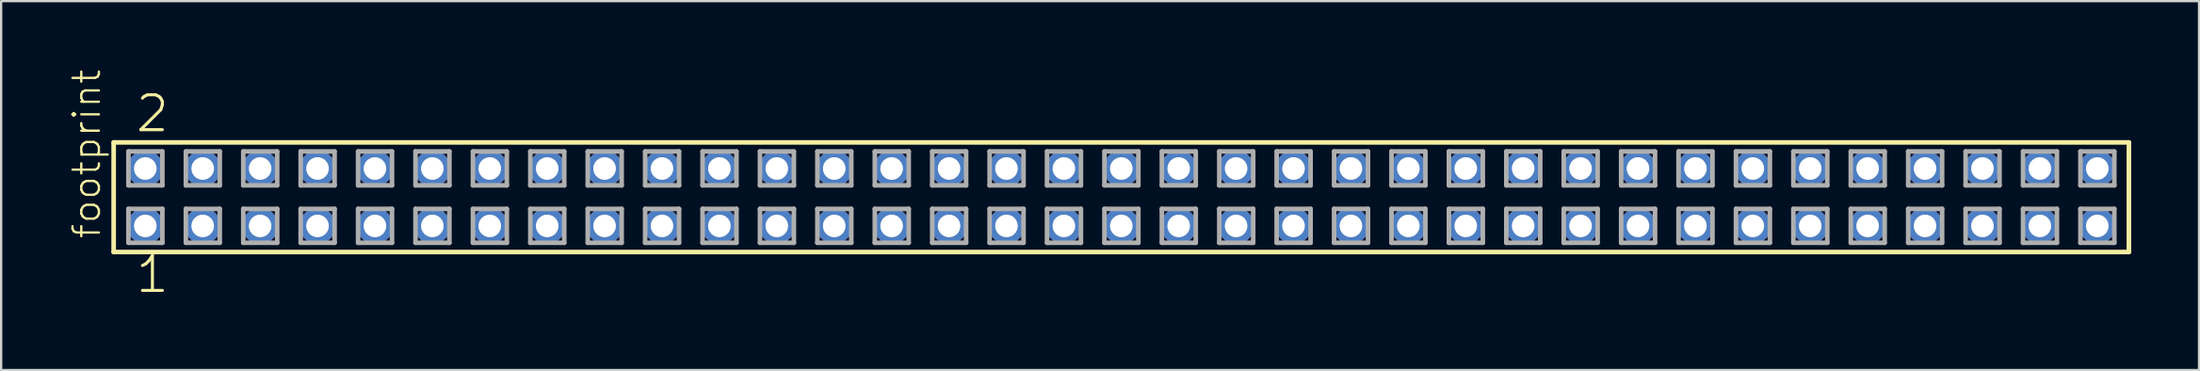
<source format=kicad_pcb>
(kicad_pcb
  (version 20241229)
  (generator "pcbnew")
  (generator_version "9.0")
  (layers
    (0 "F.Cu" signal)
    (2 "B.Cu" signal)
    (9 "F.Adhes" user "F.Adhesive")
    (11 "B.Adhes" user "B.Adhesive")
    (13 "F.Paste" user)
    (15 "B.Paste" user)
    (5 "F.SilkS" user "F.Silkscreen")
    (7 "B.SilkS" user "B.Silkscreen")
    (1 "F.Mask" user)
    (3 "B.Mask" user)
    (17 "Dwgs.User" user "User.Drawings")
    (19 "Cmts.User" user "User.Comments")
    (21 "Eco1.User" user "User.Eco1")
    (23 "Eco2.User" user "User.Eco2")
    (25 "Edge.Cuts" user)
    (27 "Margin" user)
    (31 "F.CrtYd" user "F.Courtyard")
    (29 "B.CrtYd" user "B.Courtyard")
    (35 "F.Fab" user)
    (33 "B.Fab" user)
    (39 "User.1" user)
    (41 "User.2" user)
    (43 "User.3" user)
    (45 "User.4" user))
  (footprint "footprint"
    (layer "F.Cu")
    (at 46.558 5.677)
    (property "Reference" "footprint" (at -45.085 1.905 90) (layer "F.SilkS") (effects (font (size 1.168 1.168) (thickness 0.102)) (justify left bottom)))
    (fp_line (start -44.579 -2.425) (end 44.579 -2.425) (stroke (width 0.203) (type solid)) (layer "F.SilkS"))
    (fp_line (start -44.579 2.425) (end -44.579 -2.425) (stroke (width 0.203) (type solid)) (layer "F.SilkS"))
    (fp_line (start 44.579 -2.425) (end 44.579 2.425) (stroke (width 0.203) (type solid)) (layer "F.SilkS"))
    (fp_line (start 44.579 2.425) (end -44.579 2.425) (stroke (width 0.203) (type solid)) (layer "F.SilkS"))
    (fp_line (start -43.925 -2.025) (end -42.425 -2.025) (stroke (width 0.203) (type solid)) (layer "F.Fab"))
    (fp_line (start -43.925 -0.525) (end -43.925 -2.025) (stroke (width 0.203) (type solid)) (layer "F.Fab"))
    (fp_line (start -43.925 0.515) (end -42.425 0.515) (stroke (width 0.203) (type solid)) (layer "F.Fab"))
    (fp_line (start -43.925 2.015) (end -43.925 0.515) (stroke (width 0.203) (type solid)) (layer "F.Fab"))
    (fp_line (start -42.425 -2.025) (end -42.425 -0.525) (stroke (width 0.203) (type solid)) (layer "F.Fab"))
    (fp_line (start -42.425 -0.525) (end -43.925 -0.525) (stroke (width 0.203) (type solid)) (layer "F.Fab"))
    (fp_line (start -42.425 0.515) (end -42.425 2.015) (stroke (width 0.203) (type solid)) (layer "F.Fab"))
    (fp_line (start -42.425 2.015) (end -43.925 2.015) (stroke (width 0.203) (type solid)) (layer "F.Fab"))
    (fp_line (start -41.385 -2.025) (end -39.885 -2.025) (stroke (width 0.203) (type solid)) (layer "F.Fab"))
    (fp_line (start -41.385 -0.525) (end -41.385 -2.025) (stroke (width 0.203) (type solid)) (layer "F.Fab"))
    (fp_line (start -41.385 0.515) (end -39.885 0.515) (stroke (width 0.203) (type solid)) (layer "F.Fab"))
    (fp_line (start -41.385 2.015) (end -41.385 0.515) (stroke (width 0.203) (type solid)) (layer "F.Fab"))
    (fp_line (start -39.885 -2.025) (end -39.885 -0.525) (stroke (width 0.203) (type solid)) (layer "F.Fab"))
    (fp_line (start -39.885 -0.525) (end -41.385 -0.525) (stroke (width 0.203) (type solid)) (layer "F.Fab"))
    (fp_line (start -39.885 0.515) (end -39.885 2.015) (stroke (width 0.203) (type solid)) (layer "F.Fab"))
    (fp_line (start -39.885 2.015) (end -41.385 2.015) (stroke (width 0.203) (type solid)) (layer "F.Fab"))
    (fp_line (start -38.845 -2.025) (end -37.345 -2.025) (stroke (width 0.203) (type solid)) (layer "F.Fab"))
    (fp_line (start -38.845 -0.525) (end -38.845 -2.025) (stroke (width 0.203) (type solid)) (layer "F.Fab"))
    (fp_line (start -38.845 0.515) (end -37.345 0.515) (stroke (width 0.203) (type solid)) (layer "F.Fab"))
    (fp_line (start -38.845 2.015) (end -38.845 0.515) (stroke (width 0.203) (type solid)) (layer "F.Fab"))
    (fp_line (start -37.345 -2.025) (end -37.345 -0.525) (stroke (width 0.203) (type solid)) (layer "F.Fab"))
    (fp_line (start -37.345 -0.525) (end -38.845 -0.525) (stroke (width 0.203) (type solid)) (layer "F.Fab"))
    (fp_line (start -37.345 0.515) (end -37.345 2.015) (stroke (width 0.203) (type solid)) (layer "F.Fab"))
    (fp_line (start -37.345 2.015) (end -38.845 2.015) (stroke (width 0.203) (type solid)) (layer "F.Fab"))
    (fp_line (start -36.305 -2.025) (end -34.805 -2.025) (stroke (width 0.203) (type solid)) (layer "F.Fab"))
    (fp_line (start -36.305 -0.525) (end -36.305 -2.025) (stroke (width 0.203) (type solid)) (layer "F.Fab"))
    (fp_line (start -36.305 0.515) (end -34.805 0.515) (stroke (width 0.203) (type solid)) (layer "F.Fab"))
    (fp_line (start -36.305 2.015) (end -36.305 0.515) (stroke (width 0.203) (type solid)) (layer "F.Fab"))
    (fp_line (start -34.805 -2.025) (end -34.805 -0.525) (stroke (width 0.203) (type solid)) (layer "F.Fab"))
    (fp_line (start -34.805 -0.525) (end -36.305 -0.525) (stroke (width 0.203) (type solid)) (layer "F.Fab"))
    (fp_line (start -34.805 0.515) (end -34.805 2.015) (stroke (width 0.203) (type solid)) (layer "F.Fab"))
    (fp_line (start -34.805 2.015) (end -36.305 2.015) (stroke (width 0.203) (type solid)) (layer "F.Fab"))
    (fp_line (start -33.765 -2.025) (end -32.265 -2.025) (stroke (width 0.203) (type solid)) (layer "F.Fab"))
    (fp_line (start -33.765 -0.525) (end -33.765 -2.025) (stroke (width 0.203) (type solid)) (layer "F.Fab"))
    (fp_line (start -33.765 0.515) (end -32.265 0.515) (stroke (width 0.203) (type solid)) (layer "F.Fab"))
    (fp_line (start -33.765 2.015) (end -33.765 0.515) (stroke (width 0.203) (type solid)) (layer "F.Fab"))
    (fp_line (start -32.265 -2.025) (end -32.265 -0.525) (stroke (width 0.203) (type solid)) (layer "F.Fab"))
    (fp_line (start -32.265 -0.525) (end -33.765 -0.525) (stroke (width 0.203) (type solid)) (layer "F.Fab"))
    (fp_line (start -32.265 0.515) (end -32.265 2.015) (stroke (width 0.203) (type solid)) (layer "F.Fab"))
    (fp_line (start -32.265 2.015) (end -33.765 2.015) (stroke (width 0.203) (type solid)) (layer "F.Fab"))
    (fp_line (start -31.225 -2.025) (end -29.725 -2.025) (stroke (width 0.203) (type solid)) (layer "F.Fab"))
    (fp_line (start -31.225 -0.525) (end -31.225 -2.025) (stroke (width 0.203) (type solid)) (layer "F.Fab"))
    (fp_line (start -31.225 0.515) (end -29.725 0.515) (stroke (width 0.203) (type solid)) (layer "F.Fab"))
    (fp_line (start -31.225 2.015) (end -31.225 0.515) (stroke (width 0.203) (type solid)) (layer "F.Fab"))
    (fp_line (start -29.725 -2.025) (end -29.725 -0.525) (stroke (width 0.203) (type solid)) (layer "F.Fab"))
    (fp_line (start -29.725 -0.525) (end -31.225 -0.525) (stroke (width 0.203) (type solid)) (layer "F.Fab"))
    (fp_line (start -29.725 0.515) (end -29.725 2.015) (stroke (width 0.203) (type solid)) (layer "F.Fab"))
    (fp_line (start -29.725 2.015) (end -31.225 2.015) (stroke (width 0.203) (type solid)) (layer "F.Fab"))
    (fp_line (start -28.685 -2.025) (end -27.185 -2.025) (stroke (width 0.203) (type solid)) (layer "F.Fab"))
    (fp_line (start -28.685 -0.525) (end -28.685 -2.025) (stroke (width 0.203) (type solid)) (layer "F.Fab"))
    (fp_line (start -28.685 0.515) (end -27.185 0.515) (stroke (width 0.203) (type solid)) (layer "F.Fab"))
    (fp_line (start -28.685 2.015) (end -28.685 0.515) (stroke (width 0.203) (type solid)) (layer "F.Fab"))
    (fp_line (start -27.185 -2.025) (end -27.185 -0.525) (stroke (width 0.203) (type solid)) (layer "F.Fab"))
    (fp_line (start -27.185 -0.525) (end -28.685 -0.525) (stroke (width 0.203) (type solid)) (layer "F.Fab"))
    (fp_line (start -27.185 0.515) (end -27.185 2.015) (stroke (width 0.203) (type solid)) (layer "F.Fab"))
    (fp_line (start -27.185 2.015) (end -28.685 2.015) (stroke (width 0.203) (type solid)) (layer "F.Fab"))
    (fp_line (start -26.145 -2.025) (end -24.645 -2.025) (stroke (width 0.203) (type solid)) (layer "F.Fab"))
    (fp_line (start -26.145 -0.525) (end -26.145 -2.025) (stroke (width 0.203) (type solid)) (layer "F.Fab"))
    (fp_line (start -26.145 0.515) (end -24.645 0.515) (stroke (width 0.203) (type solid)) (layer "F.Fab"))
    (fp_line (start -26.145 2.015) (end -26.145 0.515) (stroke (width 0.203) (type solid)) (layer "F.Fab"))
    (fp_line (start -24.645 -2.025) (end -24.645 -0.525) (stroke (width 0.203) (type solid)) (layer "F.Fab"))
    (fp_line (start -24.645 -0.525) (end -26.145 -0.525) (stroke (width 0.203) (type solid)) (layer "F.Fab"))
    (fp_line (start -24.645 0.515) (end -24.645 2.015) (stroke (width 0.203) (type solid)) (layer "F.Fab"))
    (fp_line (start -24.645 2.015) (end -26.145 2.015) (stroke (width 0.203) (type solid)) (layer "F.Fab"))
    (fp_line (start -23.605 -2.025) (end -22.105 -2.025) (stroke (width 0.203) (type solid)) (layer "F.Fab"))
    (fp_line (start -23.605 -0.525) (end -23.605 -2.025) (stroke (width 0.203) (type solid)) (layer "F.Fab"))
    (fp_line (start -23.605 0.515) (end -22.105 0.515) (stroke (width 0.203) (type solid)) (layer "F.Fab"))
    (fp_line (start -23.605 2.015) (end -23.605 0.515) (stroke (width 0.203) (type solid)) (layer "F.Fab"))
    (fp_line (start -22.105 -2.025) (end -22.105 -0.525) (stroke (width 0.203) (type solid)) (layer "F.Fab"))
    (fp_line (start -22.105 -0.525) (end -23.605 -0.525) (stroke (width 0.203) (type solid)) (layer "F.Fab"))
    (fp_line (start -22.105 0.515) (end -22.105 2.015) (stroke (width 0.203) (type solid)) (layer "F.Fab"))
    (fp_line (start -22.105 2.015) (end -23.605 2.015) (stroke (width 0.203) (type solid)) (layer "F.Fab"))
    (fp_line (start -21.065 -2.025) (end -19.565 -2.025) (stroke (width 0.203) (type solid)) (layer "F.Fab"))
    (fp_line (start -21.065 -0.525) (end -21.065 -2.025) (stroke (width 0.203) (type solid)) (layer "F.Fab"))
    (fp_line (start -21.065 0.515) (end -19.565 0.515) (stroke (width 0.203) (type solid)) (layer "F.Fab"))
    (fp_line (start -21.065 2.015) (end -21.065 0.515) (stroke (width 0.203) (type solid)) (layer "F.Fab"))
    (fp_line (start -19.565 -2.025) (end -19.565 -0.525) (stroke (width 0.203) (type solid)) (layer "F.Fab"))
    (fp_line (start -19.565 -0.525) (end -21.065 -0.525) (stroke (width 0.203) (type solid)) (layer "F.Fab"))
    (fp_line (start -19.565 0.515) (end -19.565 2.015) (stroke (width 0.203) (type solid)) (layer "F.Fab"))
    (fp_line (start -19.565 2.015) (end -21.065 2.015) (stroke (width 0.203) (type solid)) (layer "F.Fab"))
    (fp_line (start -18.525 -2.025) (end -17.025 -2.025) (stroke (width 0.203) (type solid)) (layer "F.Fab"))
    (fp_line (start -18.525 -0.525) (end -18.525 -2.025) (stroke (width 0.203) (type solid)) (layer "F.Fab"))
    (fp_line (start -18.525 0.515) (end -17.025 0.515) (stroke (width 0.203) (type solid)) (layer "F.Fab"))
    (fp_line (start -18.525 2.015) (end -18.525 0.515) (stroke (width 0.203) (type solid)) (layer "F.Fab"))
    (fp_line (start -17.025 -2.025) (end -17.025 -0.525) (stroke (width 0.203) (type solid)) (layer "F.Fab"))
    (fp_line (start -17.025 -0.525) (end -18.525 -0.525) (stroke (width 0.203) (type solid)) (layer "F.Fab"))
    (fp_line (start -17.025 0.515) (end -17.025 2.015) (stroke (width 0.203) (type solid)) (layer "F.Fab"))
    (fp_line (start -17.025 2.015) (end -18.525 2.015) (stroke (width 0.203) (type solid)) (layer "F.Fab"))
    (fp_line (start -15.985 -2.025) (end -14.485 -2.025) (stroke (width 0.203) (type solid)) (layer "F.Fab"))
    (fp_line (start -15.985 -0.525) (end -15.985 -2.025) (stroke (width 0.203) (type solid)) (layer "F.Fab"))
    (fp_line (start -15.985 0.515) (end -14.485 0.515) (stroke (width 0.203) (type solid)) (layer "F.Fab"))
    (fp_line (start -15.985 2.015) (end -15.985 0.515) (stroke (width 0.203) (type solid)) (layer "F.Fab"))
    (fp_line (start -14.485 -2.025) (end -14.485 -0.525) (stroke (width 0.203) (type solid)) (layer "F.Fab"))
    (fp_line (start -14.485 -0.525) (end -15.985 -0.525) (stroke (width 0.203) (type solid)) (layer "F.Fab"))
    (fp_line (start -14.485 0.515) (end -14.485 2.015) (stroke (width 0.203) (type solid)) (layer "F.Fab"))
    (fp_line (start -14.485 2.015) (end -15.985 2.015) (stroke (width 0.203) (type solid)) (layer "F.Fab"))
    (fp_line (start -13.445 -2.025) (end -11.945 -2.025) (stroke (width 0.203) (type solid)) (layer "F.Fab"))
    (fp_line (start -13.445 -0.525) (end -13.445 -2.025) (stroke (width 0.203) (type solid)) (layer "F.Fab"))
    (fp_line (start -13.445 0.515) (end -11.945 0.515) (stroke (width 0.203) (type solid)) (layer "F.Fab"))
    (fp_line (start -13.445 2.015) (end -13.445 0.515) (stroke (width 0.203) (type solid)) (layer "F.Fab"))
    (fp_line (start -11.945 -2.025) (end -11.945 -0.525) (stroke (width 0.203) (type solid)) (layer "F.Fab"))
    (fp_line (start -11.945 -0.525) (end -13.445 -0.525) (stroke (width 0.203) (type solid)) (layer "F.Fab"))
    (fp_line (start -11.945 0.515) (end -11.945 2.015) (stroke (width 0.203) (type solid)) (layer "F.Fab"))
    (fp_line (start -11.945 2.015) (end -13.445 2.015) (stroke (width 0.203) (type solid)) (layer "F.Fab"))
    (fp_line (start -10.905 -2.025) (end -9.405 -2.025) (stroke (width 0.203) (type solid)) (layer "F.Fab"))
    (fp_line (start -10.905 -0.525) (end -10.905 -2.025) (stroke (width 0.203) (type solid)) (layer "F.Fab"))
    (fp_line (start -10.905 0.515) (end -9.405 0.515) (stroke (width 0.203) (type solid)) (layer "F.Fab"))
    (fp_line (start -10.905 2.015) (end -10.905 0.515) (stroke (width 0.203) (type solid)) (layer "F.Fab"))
    (fp_line (start -9.405 -2.025) (end -9.405 -0.525) (stroke (width 0.203) (type solid)) (layer "F.Fab"))
    (fp_line (start -9.405 -0.525) (end -10.905 -0.525) (stroke (width 0.203) (type solid)) (layer "F.Fab"))
    (fp_line (start -9.405 0.515) (end -9.405 2.015) (stroke (width 0.203) (type solid)) (layer "F.Fab"))
    (fp_line (start -9.405 2.015) (end -10.905 2.015) (stroke (width 0.203) (type solid)) (layer "F.Fab"))
    (fp_line (start -8.365 -2.025) (end -6.865 -2.025) (stroke (width 0.203) (type solid)) (layer "F.Fab"))
    (fp_line (start -8.365 -0.525) (end -8.365 -2.025) (stroke (width 0.203) (type solid)) (layer "F.Fab"))
    (fp_line (start -8.365 0.515) (end -6.865 0.515) (stroke (width 0.203) (type solid)) (layer "F.Fab"))
    (fp_line (start -8.365 2.015) (end -8.365 0.515) (stroke (width 0.203) (type solid)) (layer "F.Fab"))
    (fp_line (start -6.865 -2.025) (end -6.865 -0.525) (stroke (width 0.203) (type solid)) (layer "F.Fab"))
    (fp_line (start -6.865 -0.525) (end -8.365 -0.525) (stroke (width 0.203) (type solid)) (layer "F.Fab"))
    (fp_line (start -6.865 0.515) (end -6.865 2.015) (stroke (width 0.203) (type solid)) (layer "F.Fab"))
    (fp_line (start -6.865 2.015) (end -8.365 2.015) (stroke (width 0.203) (type solid)) (layer "F.Fab"))
    (fp_line (start -5.825 -2.025) (end -4.325 -2.025) (stroke (width 0.203) (type solid)) (layer "F.Fab"))
    (fp_line (start -5.825 -0.525) (end -5.825 -2.025) (stroke (width 0.203) (type solid)) (layer "F.Fab"))
    (fp_line (start -5.825 0.515) (end -4.325 0.515) (stroke (width 0.203) (type solid)) (layer "F.Fab"))
    (fp_line (start -5.825 2.015) (end -5.825 0.515) (stroke (width 0.203) (type solid)) (layer "F.Fab"))
    (fp_line (start -4.325 -2.025) (end -4.325 -0.525) (stroke (width 0.203) (type solid)) (layer "F.Fab"))
    (fp_line (start -4.325 -0.525) (end -5.825 -0.525) (stroke (width 0.203) (type solid)) (layer "F.Fab"))
    (fp_line (start -4.325 0.515) (end -4.325 2.015) (stroke (width 0.203) (type solid)) (layer "F.Fab"))
    (fp_line (start -4.325 2.015) (end -5.825 2.015) (stroke (width 0.203) (type solid)) (layer "F.Fab"))
    (fp_line (start -3.285 -2.025) (end -1.785 -2.025) (stroke (width 0.203) (type solid)) (layer "F.Fab"))
    (fp_line (start -3.285 -0.525) (end -3.285 -2.025) (stroke (width 0.203) (type solid)) (layer "F.Fab"))
    (fp_line (start -3.285 0.515) (end -1.785 0.515) (stroke (width 0.203) (type solid)) (layer "F.Fab"))
    (fp_line (start -3.285 2.015) (end -3.285 0.515) (stroke (width 0.203) (type solid)) (layer "F.Fab"))
    (fp_line (start -1.785 -2.025) (end -1.785 -0.525) (stroke (width 0.203) (type solid)) (layer "F.Fab"))
    (fp_line (start -1.785 -0.525) (end -3.285 -0.525) (stroke (width 0.203) (type solid)) (layer "F.Fab"))
    (fp_line (start -1.785 0.515) (end -1.785 2.015) (stroke (width 0.203) (type solid)) (layer "F.Fab"))
    (fp_line (start -1.785 2.015) (end -3.285 2.015) (stroke (width 0.203) (type solid)) (layer "F.Fab"))
    (fp_line (start -0.745 -2.025) (end 0.755 -2.025) (stroke (width 0.203) (type solid)) (layer "F.Fab"))
    (fp_line (start -0.745 -0.525) (end -0.745 -2.025) (stroke (width 0.203) (type solid)) (layer "F.Fab"))
    (fp_line (start -0.745 0.515) (end 0.755 0.515) (stroke (width 0.203) (type solid)) (layer "F.Fab"))
    (fp_line (start -0.745 2.015) (end -0.745 0.515) (stroke (width 0.203) (type solid)) (layer "F.Fab"))
    (fp_line (start 0.755 -2.025) (end 0.755 -0.525) (stroke (width 0.203) (type solid)) (layer "F.Fab"))
    (fp_line (start 0.755 -0.525) (end -0.745 -0.525) (stroke (width 0.203) (type solid)) (layer "F.Fab"))
    (fp_line (start 0.755 0.515) (end 0.755 2.015) (stroke (width 0.203) (type solid)) (layer "F.Fab"))
    (fp_line (start 0.755 2.015) (end -0.745 2.015) (stroke (width 0.203) (type solid)) (layer "F.Fab"))
    (fp_line (start 1.795 -2.025) (end 3.295 -2.025) (stroke (width 0.203) (type solid)) (layer "F.Fab"))
    (fp_line (start 1.795 -0.525) (end 1.795 -2.025) (stroke (width 0.203) (type solid)) (layer "F.Fab"))
    (fp_line (start 1.795 0.515) (end 3.295 0.515) (stroke (width 0.203) (type solid)) (layer "F.Fab"))
    (fp_line (start 1.795 2.015) (end 1.795 0.515) (stroke (width 0.203) (type solid)) (layer "F.Fab"))
    (fp_line (start 3.295 -2.025) (end 3.295 -0.525) (stroke (width 0.203) (type solid)) (layer "F.Fab"))
    (fp_line (start 3.295 -0.525) (end 1.795 -0.525) (stroke (width 0.203) (type solid)) (layer "F.Fab"))
    (fp_line (start 3.295 0.515) (end 3.295 2.015) (stroke (width 0.203) (type solid)) (layer "F.Fab"))
    (fp_line (start 3.295 2.015) (end 1.795 2.015) (stroke (width 0.203) (type solid)) (layer "F.Fab"))
    (fp_line (start 4.335 -2.025) (end 5.835 -2.025) (stroke (width 0.203) (type solid)) (layer "F.Fab"))
    (fp_line (start 4.335 -0.525) (end 4.335 -2.025) (stroke (width 0.203) (type solid)) (layer "F.Fab"))
    (fp_line (start 4.335 0.515) (end 5.835 0.515) (stroke (width 0.203) (type solid)) (layer "F.Fab"))
    (fp_line (start 4.335 2.015) (end 4.335 0.515) (stroke (width 0.203) (type solid)) (layer "F.Fab"))
    (fp_line (start 5.835 -2.025) (end 5.835 -0.525) (stroke (width 0.203) (type solid)) (layer "F.Fab"))
    (fp_line (start 5.835 -0.525) (end 4.335 -0.525) (stroke (width 0.203) (type solid)) (layer "F.Fab"))
    (fp_line (start 5.835 0.515) (end 5.835 2.015) (stroke (width 0.203) (type solid)) (layer "F.Fab"))
    (fp_line (start 5.835 2.015) (end 4.335 2.015) (stroke (width 0.203) (type solid)) (layer "F.Fab"))
    (fp_line (start 6.875 -2.025) (end 8.375 -2.025) (stroke (width 0.203) (type solid)) (layer "F.Fab"))
    (fp_line (start 6.875 -0.525) (end 6.875 -2.025) (stroke (width 0.203) (type solid)) (layer "F.Fab"))
    (fp_line (start 6.875 0.515) (end 8.375 0.515) (stroke (width 0.203) (type solid)) (layer "F.Fab"))
    (fp_line (start 6.875 2.015) (end 6.875 0.515) (stroke (width 0.203) (type solid)) (layer "F.Fab"))
    (fp_line (start 8.375 -2.025) (end 8.375 -0.525) (stroke (width 0.203) (type solid)) (layer "F.Fab"))
    (fp_line (start 8.375 -0.525) (end 6.875 -0.525) (stroke (width 0.203) (type solid)) (layer "F.Fab"))
    (fp_line (start 8.375 0.515) (end 8.375 2.015) (stroke (width 0.203) (type solid)) (layer "F.Fab"))
    (fp_line (start 8.375 2.015) (end 6.875 2.015) (stroke (width 0.203) (type solid)) (layer "F.Fab"))
    (fp_line (start 9.415 -2.025) (end 10.915 -2.025) (stroke (width 0.203) (type solid)) (layer "F.Fab"))
    (fp_line (start 9.415 -0.525) (end 9.415 -2.025) (stroke (width 0.203) (type solid)) (layer "F.Fab"))
    (fp_line (start 9.415 0.515) (end 10.915 0.515) (stroke (width 0.203) (type solid)) (layer "F.Fab"))
    (fp_line (start 9.415 2.015) (end 9.415 0.515) (stroke (width 0.203) (type solid)) (layer "F.Fab"))
    (fp_line (start 10.915 -2.025) (end 10.915 -0.525) (stroke (width 0.203) (type solid)) (layer "F.Fab"))
    (fp_line (start 10.915 -0.525) (end 9.415 -0.525) (stroke (width 0.203) (type solid)) (layer "F.Fab"))
    (fp_line (start 10.915 0.515) (end 10.915 2.015) (stroke (width 0.203) (type solid)) (layer "F.Fab"))
    (fp_line (start 10.915 2.015) (end 9.415 2.015) (stroke (width 0.203) (type solid)) (layer "F.Fab"))
    (fp_line (start 11.955 -2.025) (end 13.455 -2.025) (stroke (width 0.203) (type solid)) (layer "F.Fab"))
    (fp_line (start 11.955 -0.525) (end 11.955 -2.025) (stroke (width 0.203) (type solid)) (layer "F.Fab"))
    (fp_line (start 11.955 0.515) (end 13.455 0.515) (stroke (width 0.203) (type solid)) (layer "F.Fab"))
    (fp_line (start 11.955 2.015) (end 11.955 0.515) (stroke (width 0.203) (type solid)) (layer "F.Fab"))
    (fp_line (start 13.455 -2.025) (end 13.455 -0.525) (stroke (width 0.203) (type solid)) (layer "F.Fab"))
    (fp_line (start 13.455 -0.525) (end 11.955 -0.525) (stroke (width 0.203) (type solid)) (layer "F.Fab"))
    (fp_line (start 13.455 0.515) (end 13.455 2.015) (stroke (width 0.203) (type solid)) (layer "F.Fab"))
    (fp_line (start 13.455 2.015) (end 11.955 2.015) (stroke (width 0.203) (type solid)) (layer "F.Fab"))
    (fp_line (start 14.495 -2.025) (end 15.995 -2.025) (stroke (width 0.203) (type solid)) (layer "F.Fab"))
    (fp_line (start 14.495 -0.525) (end 14.495 -2.025) (stroke (width 0.203) (type solid)) (layer "F.Fab"))
    (fp_line (start 14.495 0.515) (end 15.995 0.515) (stroke (width 0.203) (type solid)) (layer "F.Fab"))
    (fp_line (start 14.495 2.015) (end 14.495 0.515) (stroke (width 0.203) (type solid)) (layer "F.Fab"))
    (fp_line (start 15.995 -2.025) (end 15.995 -0.525) (stroke (width 0.203) (type solid)) (layer "F.Fab"))
    (fp_line (start 15.995 -0.525) (end 14.495 -0.525) (stroke (width 0.203) (type solid)) (layer "F.Fab"))
    (fp_line (start 15.995 0.515) (end 15.995 2.015) (stroke (width 0.203) (type solid)) (layer "F.Fab"))
    (fp_line (start 15.995 2.015) (end 14.495 2.015) (stroke (width 0.203) (type solid)) (layer "F.Fab"))
    (fp_line (start 17.035 -2.025) (end 18.535 -2.025) (stroke (width 0.203) (type solid)) (layer "F.Fab"))
    (fp_line (start 17.035 -0.525) (end 17.035 -2.025) (stroke (width 0.203) (type solid)) (layer "F.Fab"))
    (fp_line (start 17.035 0.515) (end 18.535 0.515) (stroke (width 0.203) (type solid)) (layer "F.Fab"))
    (fp_line (start 17.035 2.015) (end 17.035 0.515) (stroke (width 0.203) (type solid)) (layer "F.Fab"))
    (fp_line (start 18.535 -2.025) (end 18.535 -0.525) (stroke (width 0.203) (type solid)) (layer "F.Fab"))
    (fp_line (start 18.535 -0.525) (end 17.035 -0.525) (stroke (width 0.203) (type solid)) (layer "F.Fab"))
    (fp_line (start 18.535 0.515) (end 18.535 2.015) (stroke (width 0.203) (type solid)) (layer "F.Fab"))
    (fp_line (start 18.535 2.015) (end 17.035 2.015) (stroke (width 0.203) (type solid)) (layer "F.Fab"))
    (fp_line (start 19.575 -2.025) (end 21.075 -2.025) (stroke (width 0.203) (type solid)) (layer "F.Fab"))
    (fp_line (start 19.575 -0.525) (end 19.575 -2.025) (stroke (width 0.203) (type solid)) (layer "F.Fab"))
    (fp_line (start 19.575 0.515) (end 21.075 0.515) (stroke (width 0.203) (type solid)) (layer "F.Fab"))
    (fp_line (start 19.575 2.015) (end 19.575 0.515) (stroke (width 0.203) (type solid)) (layer "F.Fab"))
    (fp_line (start 21.075 -2.025) (end 21.075 -0.525) (stroke (width 0.203) (type solid)) (layer "F.Fab"))
    (fp_line (start 21.075 -0.525) (end 19.575 -0.525) (stroke (width 0.203) (type solid)) (layer "F.Fab"))
    (fp_line (start 21.075 0.515) (end 21.075 2.015) (stroke (width 0.203) (type solid)) (layer "F.Fab"))
    (fp_line (start 21.075 2.015) (end 19.575 2.015) (stroke (width 0.203) (type solid)) (layer "F.Fab"))
    (fp_line (start 22.115 -2.025) (end 23.615 -2.025) (stroke (width 0.203) (type solid)) (layer "F.Fab"))
    (fp_line (start 22.115 -0.525) (end 22.115 -2.025) (stroke (width 0.203) (type solid)) (layer "F.Fab"))
    (fp_line (start 22.115 0.515) (end 23.615 0.515) (stroke (width 0.203) (type solid)) (layer "F.Fab"))
    (fp_line (start 22.115 2.015) (end 22.115 0.515) (stroke (width 0.203) (type solid)) (layer "F.Fab"))
    (fp_line (start 23.615 -2.025) (end 23.615 -0.525) (stroke (width 0.203) (type solid)) (layer "F.Fab"))
    (fp_line (start 23.615 -0.525) (end 22.115 -0.525) (stroke (width 0.203) (type solid)) (layer "F.Fab"))
    (fp_line (start 23.615 0.515) (end 23.615 2.015) (stroke (width 0.203) (type solid)) (layer "F.Fab"))
    (fp_line (start 23.615 2.015) (end 22.115 2.015) (stroke (width 0.203) (type solid)) (layer "F.Fab"))
    (fp_line (start 24.655 -2.025) (end 26.155 -2.025) (stroke (width 0.203) (type solid)) (layer "F.Fab"))
    (fp_line (start 24.655 -0.525) (end 24.655 -2.025) (stroke (width 0.203) (type solid)) (layer "F.Fab"))
    (fp_line (start 24.655 0.515) (end 26.155 0.515) (stroke (width 0.203) (type solid)) (layer "F.Fab"))
    (fp_line (start 24.655 2.015) (end 24.655 0.515) (stroke (width 0.203) (type solid)) (layer "F.Fab"))
    (fp_line (start 26.155 -2.025) (end 26.155 -0.525) (stroke (width 0.203) (type solid)) (layer "F.Fab"))
    (fp_line (start 26.155 -0.525) (end 24.655 -0.525) (stroke (width 0.203) (type solid)) (layer "F.Fab"))
    (fp_line (start 26.155 0.515) (end 26.155 2.015) (stroke (width 0.203) (type solid)) (layer "F.Fab"))
    (fp_line (start 26.155 2.015) (end 24.655 2.015) (stroke (width 0.203) (type solid)) (layer "F.Fab"))
    (fp_line (start 27.195 -2.025) (end 28.695 -2.025) (stroke (width 0.203) (type solid)) (layer "F.Fab"))
    (fp_line (start 27.195 -0.525) (end 27.195 -2.025) (stroke (width 0.203) (type solid)) (layer "F.Fab"))
    (fp_line (start 27.195 0.515) (end 28.695 0.515) (stroke (width 0.203) (type solid)) (layer "F.Fab"))
    (fp_line (start 27.195 2.015) (end 27.195 0.515) (stroke (width 0.203) (type solid)) (layer "F.Fab"))
    (fp_line (start 28.695 -2.025) (end 28.695 -0.525) (stroke (width 0.203) (type solid)) (layer "F.Fab"))
    (fp_line (start 28.695 -0.525) (end 27.195 -0.525) (stroke (width 0.203) (type solid)) (layer "F.Fab"))
    (fp_line (start 28.695 0.515) (end 28.695 2.015) (stroke (width 0.203) (type solid)) (layer "F.Fab"))
    (fp_line (start 28.695 2.015) (end 27.195 2.015) (stroke (width 0.203) (type solid)) (layer "F.Fab"))
    (fp_line (start 29.735 -2.025) (end 31.235 -2.025) (stroke (width 0.203) (type solid)) (layer "F.Fab"))
    (fp_line (start 29.735 -0.525) (end 29.735 -2.025) (stroke (width 0.203) (type solid)) (layer "F.Fab"))
    (fp_line (start 29.735 0.515) (end 31.235 0.515) (stroke (width 0.203) (type solid)) (layer "F.Fab"))
    (fp_line (start 29.735 2.015) (end 29.735 0.515) (stroke (width 0.203) (type solid)) (layer "F.Fab"))
    (fp_line (start 31.235 -2.025) (end 31.235 -0.525) (stroke (width 0.203) (type solid)) (layer "F.Fab"))
    (fp_line (start 31.235 -0.525) (end 29.735 -0.525) (stroke (width 0.203) (type solid)) (layer "F.Fab"))
    (fp_line (start 31.235 0.515) (end 31.235 2.015) (stroke (width 0.203) (type solid)) (layer "F.Fab"))
    (fp_line (start 31.235 2.015) (end 29.735 2.015) (stroke (width 0.203) (type solid)) (layer "F.Fab"))
    (fp_line (start 32.275 -2.025) (end 33.775 -2.025) (stroke (width 0.203) (type solid)) (layer "F.Fab"))
    (fp_line (start 32.275 -0.525) (end 32.275 -2.025) (stroke (width 0.203) (type solid)) (layer "F.Fab"))
    (fp_line (start 32.275 0.515) (end 33.775 0.515) (stroke (width 0.203) (type solid)) (layer "F.Fab"))
    (fp_line (start 32.275 2.015) (end 32.275 0.515) (stroke (width 0.203) (type solid)) (layer "F.Fab"))
    (fp_line (start 33.775 -2.025) (end 33.775 -0.525) (stroke (width 0.203) (type solid)) (layer "F.Fab"))
    (fp_line (start 33.775 -0.525) (end 32.275 -0.525) (stroke (width 0.203) (type solid)) (layer "F.Fab"))
    (fp_line (start 33.775 0.515) (end 33.775 2.015) (stroke (width 0.203) (type solid)) (layer "F.Fab"))
    (fp_line (start 33.775 2.015) (end 32.275 2.015) (stroke (width 0.203) (type solid)) (layer "F.Fab"))
    (fp_line (start 34.815 -2.025) (end 36.315 -2.025) (stroke (width 0.203) (type solid)) (layer "F.Fab"))
    (fp_line (start 34.815 -0.525) (end 34.815 -2.025) (stroke (width 0.203) (type solid)) (layer "F.Fab"))
    (fp_line (start 34.815 0.515) (end 36.315 0.515) (stroke (width 0.203) (type solid)) (layer "F.Fab"))
    (fp_line (start 34.815 2.015) (end 34.815 0.515) (stroke (width 0.203) (type solid)) (layer "F.Fab"))
    (fp_line (start 36.315 -2.025) (end 36.315 -0.525) (stroke (width 0.203) (type solid)) (layer "F.Fab"))
    (fp_line (start 36.315 -0.525) (end 34.815 -0.525) (stroke (width 0.203) (type solid)) (layer "F.Fab"))
    (fp_line (start 36.315 0.515) (end 36.315 2.015) (stroke (width 0.203) (type solid)) (layer "F.Fab"))
    (fp_line (start 36.315 2.015) (end 34.815 2.015) (stroke (width 0.203) (type solid)) (layer "F.Fab"))
    (fp_line (start 37.355 -2.025) (end 38.855 -2.025) (stroke (width 0.203) (type solid)) (layer "F.Fab"))
    (fp_line (start 37.355 -0.525) (end 37.355 -2.025) (stroke (width 0.203) (type solid)) (layer "F.Fab"))
    (fp_line (start 37.355 0.515) (end 38.855 0.515) (stroke (width 0.203) (type solid)) (layer "F.Fab"))
    (fp_line (start 37.355 2.015) (end 37.355 0.515) (stroke (width 0.203) (type solid)) (layer "F.Fab"))
    (fp_line (start 38.855 -2.025) (end 38.855 -0.525) (stroke (width 0.203) (type solid)) (layer "F.Fab"))
    (fp_line (start 38.855 -0.525) (end 37.355 -0.525) (stroke (width 0.203) (type solid)) (layer "F.Fab"))
    (fp_line (start 38.855 0.515) (end 38.855 2.015) (stroke (width 0.203) (type solid)) (layer "F.Fab"))
    (fp_line (start 38.855 2.015) (end 37.355 2.015) (stroke (width 0.203) (type solid)) (layer "F.Fab"))
    (fp_line (start 39.895 -2.025) (end 41.395 -2.025) (stroke (width 0.203) (type solid)) (layer "F.Fab"))
    (fp_line (start 39.895 -0.525) (end 39.895 -2.025) (stroke (width 0.203) (type solid)) (layer "F.Fab"))
    (fp_line (start 39.895 0.515) (end 41.395 0.515) (stroke (width 0.203) (type solid)) (layer "F.Fab"))
    (fp_line (start 39.895 2.015) (end 39.895 0.515) (stroke (width 0.203) (type solid)) (layer "F.Fab"))
    (fp_line (start 41.395 -2.025) (end 41.395 -0.525) (stroke (width 0.203) (type solid)) (layer "F.Fab"))
    (fp_line (start 41.395 -0.525) (end 39.895 -0.525) (stroke (width 0.203) (type solid)) (layer "F.Fab"))
    (fp_line (start 41.395 0.515) (end 41.395 2.015) (stroke (width 0.203) (type solid)) (layer "F.Fab"))
    (fp_line (start 41.395 2.015) (end 39.895 2.015) (stroke (width 0.203) (type solid)) (layer "F.Fab"))
    (fp_line (start 42.435 -2.025) (end 43.935 -2.025) (stroke (width 0.203) (type solid)) (layer "F.Fab"))
    (fp_line (start 42.435 -0.525) (end 42.435 -2.025) (stroke (width 0.203) (type solid)) (layer "F.Fab"))
    (fp_line (start 42.435 0.515) (end 43.935 0.515) (stroke (width 0.203) (type solid)) (layer "F.Fab"))
    (fp_line (start 42.435 2.015) (end 42.435 0.515) (stroke (width 0.203) (type solid)) (layer "F.Fab"))
    (fp_line (start 43.935 -2.025) (end 43.935 -0.525) (stroke (width 0.203) (type solid)) (layer "F.Fab"))
    (fp_line (start 43.935 -0.525) (end 42.435 -0.525) (stroke (width 0.203) (type solid)) (layer "F.Fab"))
    (fp_line (start 43.935 0.515) (end 43.935 2.015) (stroke (width 0.203) (type solid)) (layer "F.Fab"))
    (fp_line (start 43.935 2.015) (end 42.435 2.015) (stroke (width 0.203) (type solid)) (layer "F.Fab"))
    (fp_text user "2" (at -43.688 -2.794 0) (layer "F.SilkS") (effects (font (size 1.542 1.542) (thickness 0.134)) (justify left bottom)))
    (fp_text user "1" (at -43.688 4.318 0) (layer "F.SilkS") (effects (font (size 1.542 1.542) (thickness 0.134)) (justify left bottom)))
    (pad "1" thru_hole roundrect (at -43.18 1.27) (size 1.5 1.5) (drill 1) (layers "*.Cu" "*.Mask") (roundrect_rratio 0.25) (chamfer_ratio 0.25) (chamfer top_left top_right bottom_left bottom_right))
    (pad "2" thru_hole roundrect (at -43.18 -1.27) (size 1.5 1.5) (drill 1) (layers "*.Cu" "*.Mask") (roundrect_rratio 0.25) (chamfer_ratio 0.25) (chamfer top_left top_right bottom_left bottom_right))
    (pad "3" thru_hole roundrect (at -40.64 1.27) (size 1.5 1.5) (drill 1) (layers "*.Cu" "*.Mask") (roundrect_rratio 0.25) (chamfer_ratio 0.25) (chamfer top_left top_right bottom_left bottom_right))
    (pad "4" thru_hole roundrect (at -40.64 -1.27) (size 1.5 1.5) (drill 1) (layers "*.Cu" "*.Mask") (roundrect_rratio 0.25) (chamfer_ratio 0.25) (chamfer top_left top_right bottom_left bottom_right))
    (pad "5" thru_hole roundrect (at -38.1 1.27) (size 1.5 1.5) (drill 1) (layers "*.Cu" "*.Mask") (roundrect_rratio 0.25) (chamfer_ratio 0.25) (chamfer top_left top_right bottom_left bottom_right))
    (pad "6" thru_hole roundrect (at -38.1 -1.27) (size 1.5 1.5) (drill 1) (layers "*.Cu" "*.Mask") (roundrect_rratio 0.25) (chamfer_ratio 0.25) (chamfer top_left top_right bottom_left bottom_right))
    (pad "7" thru_hole roundrect (at -35.56 1.27) (size 1.5 1.5) (drill 1) (layers "*.Cu" "*.Mask") (roundrect_rratio 0.25) (chamfer_ratio 0.25) (chamfer top_left top_right bottom_left bottom_right))
    (pad "8" thru_hole roundrect (at -35.56 -1.27) (size 1.5 1.5) (drill 1) (layers "*.Cu" "*.Mask") (roundrect_rratio 0.25) (chamfer_ratio 0.25) (chamfer top_left top_right bottom_left bottom_right))
    (pad "9" thru_hole roundrect (at -33.02 1.27) (size 1.5 1.5) (drill 1) (layers "*.Cu" "*.Mask") (roundrect_rratio 0.25) (chamfer_ratio 0.25) (chamfer top_left top_right bottom_left bottom_right))
    (pad "10" thru_hole roundrect (at -33.02 -1.27) (size 1.5 1.5) (drill 1) (layers "*.Cu" "*.Mask") (roundrect_rratio 0.25) (chamfer_ratio 0.25) (chamfer top_left top_right bottom_left bottom_right))
    (pad "11" thru_hole roundrect (at -30.48 1.27) (size 1.5 1.5) (drill 1) (layers "*.Cu" "*.Mask") (roundrect_rratio 0.25) (chamfer_ratio 0.25) (chamfer top_left top_right bottom_left bottom_right))
    (pad "12" thru_hole roundrect (at -30.48 -1.27) (size 1.5 1.5) (drill 1) (layers "*.Cu" "*.Mask") (roundrect_rratio 0.25) (chamfer_ratio 0.25) (chamfer top_left top_right bottom_left bottom_right))
    (pad "13" thru_hole roundrect (at -27.94 1.27) (size 1.5 1.5) (drill 1) (layers "*.Cu" "*.Mask") (roundrect_rratio 0.25) (chamfer_ratio 0.25) (chamfer top_left top_right bottom_left bottom_right))
    (pad "14" thru_hole roundrect (at -27.94 -1.27) (size 1.5 1.5) (drill 1) (layers "*.Cu" "*.Mask") (roundrect_rratio 0.25) (chamfer_ratio 0.25) (chamfer top_left top_right bottom_left bottom_right))
    (pad "15" thru_hole roundrect (at -25.4 1.27) (size 1.5 1.5) (drill 1) (layers "*.Cu" "*.Mask") (roundrect_rratio 0.25) (chamfer_ratio 0.25) (chamfer top_left top_right bottom_left bottom_right))
    (pad "16" thru_hole roundrect (at -25.4 -1.27) (size 1.5 1.5) (drill 1) (layers "*.Cu" "*.Mask") (roundrect_rratio 0.25) (chamfer_ratio 0.25) (chamfer top_left top_right bottom_left bottom_right))
    (pad "17" thru_hole roundrect (at -22.86 1.27) (size 1.5 1.5) (drill 1) (layers "*.Cu" "*.Mask") (roundrect_rratio 0.25) (chamfer_ratio 0.25) (chamfer top_left top_right bottom_left bottom_right))
    (pad "18" thru_hole roundrect (at -22.86 -1.27) (size 1.5 1.5) (drill 1) (layers "*.Cu" "*.Mask") (roundrect_rratio 0.25) (chamfer_ratio 0.25) (chamfer top_left top_right bottom_left bottom_right))
    (pad "19" thru_hole roundrect (at -20.32 1.27) (size 1.5 1.5) (drill 1) (layers "*.Cu" "*.Mask") (roundrect_rratio 0.25) (chamfer_ratio 0.25) (chamfer top_left top_right bottom_left bottom_right))
    (pad "20" thru_hole roundrect (at -20.32 -1.27) (size 1.5 1.5) (drill 1) (layers "*.Cu" "*.Mask") (roundrect_rratio 0.25) (chamfer_ratio 0.25) (chamfer top_left top_right bottom_left bottom_right))
    (pad "21" thru_hole roundrect (at -17.78 1.27) (size 1.5 1.5) (drill 1) (layers "*.Cu" "*.Mask") (roundrect_rratio 0.25) (chamfer_ratio 0.25) (chamfer top_left top_right bottom_left bottom_right))
    (pad "22" thru_hole roundrect (at -17.78 -1.27) (size 1.5 1.5) (drill 1) (layers "*.Cu" "*.Mask") (roundrect_rratio 0.25) (chamfer_ratio 0.25) (chamfer top_left top_right bottom_left bottom_right))
    (pad "23" thru_hole roundrect (at -15.24 1.27) (size 1.5 1.5) (drill 1) (layers "*.Cu" "*.Mask") (roundrect_rratio 0.25) (chamfer_ratio 0.25) (chamfer top_left top_right bottom_left bottom_right))
    (pad "24" thru_hole roundrect (at -15.24 -1.27) (size 1.5 1.5) (drill 1) (layers "*.Cu" "*.Mask") (roundrect_rratio 0.25) (chamfer_ratio 0.25) (chamfer top_left top_right bottom_left bottom_right))
    (pad "25" thru_hole roundrect (at -12.7 1.27) (size 1.5 1.5) (drill 1) (layers "*.Cu" "*.Mask") (roundrect_rratio 0.25) (chamfer_ratio 0.25) (chamfer top_left top_right bottom_left bottom_right))
    (pad "26" thru_hole roundrect (at -12.7 -1.27) (size 1.5 1.5) (drill 1) (layers "*.Cu" "*.Mask") (roundrect_rratio 0.25) (chamfer_ratio 0.25) (chamfer top_left top_right bottom_left bottom_right))
    (pad "27" thru_hole roundrect (at -10.16 1.27) (size 1.5 1.5) (drill 1) (layers "*.Cu" "*.Mask") (roundrect_rratio 0.25) (chamfer_ratio 0.25) (chamfer top_left top_right bottom_left bottom_right))
    (pad "28" thru_hole roundrect (at -10.16 -1.27) (size 1.5 1.5) (drill 1) (layers "*.Cu" "*.Mask") (roundrect_rratio 0.25) (chamfer_ratio 0.25) (chamfer top_left top_right bottom_left bottom_right))
    (pad "29" thru_hole roundrect (at -7.62 1.27) (size 1.5 1.5) (drill 1) (layers "*.Cu" "*.Mask") (roundrect_rratio 0.25) (chamfer_ratio 0.25) (chamfer top_left top_right bottom_left bottom_right))
    (pad "30" thru_hole roundrect (at -7.62 -1.27) (size 1.5 1.5) (drill 1) (layers "*.Cu" "*.Mask") (roundrect_rratio 0.25) (chamfer_ratio 0.25) (chamfer top_left top_right bottom_left bottom_right))
    (pad "31" thru_hole roundrect (at -5.08 1.27) (size 1.5 1.5) (drill 1) (layers "*.Cu" "*.Mask") (roundrect_rratio 0.25) (chamfer_ratio 0.25) (chamfer top_left top_right bottom_left bottom_right))
    (pad "32" thru_hole roundrect (at -5.08 -1.27) (size 1.5 1.5) (drill 1) (layers "*.Cu" "*.Mask") (roundrect_rratio 0.25) (chamfer_ratio 0.25) (chamfer top_left top_right bottom_left bottom_right))
    (pad "33" thru_hole roundrect (at -2.54 1.27) (size 1.5 1.5) (drill 1) (layers "*.Cu" "*.Mask") (roundrect_rratio 0.25) (chamfer_ratio 0.25) (chamfer top_left top_right bottom_left bottom_right))
    (pad "34" thru_hole roundrect (at -2.54 -1.27) (size 1.5 1.5) (drill 1) (layers "*.Cu" "*.Mask") (roundrect_rratio 0.25) (chamfer_ratio 0.25) (chamfer top_left top_right bottom_left bottom_right))
    (pad "35" thru_hole roundrect (at 0 1.27) (size 1.5 1.5) (drill 1) (layers "*.Cu" "*.Mask") (roundrect_rratio 0.25) (chamfer_ratio 0.25) (chamfer top_left top_right bottom_left bottom_right))
    (pad "36" thru_hole roundrect (at 0 -1.27) (size 1.5 1.5) (drill 1) (layers "*.Cu" "*.Mask") (roundrect_rratio 0.25) (chamfer_ratio 0.25) (chamfer top_left top_right bottom_left bottom_right))
    (pad "37" thru_hole roundrect (at 2.54 1.27) (size 1.5 1.5) (drill 1) (layers "*.Cu" "*.Mask") (roundrect_rratio 0.25) (chamfer_ratio 0.25) (chamfer top_left top_right bottom_left bottom_right))
    (pad "38" thru_hole roundrect (at 2.54 -1.27) (size 1.5 1.5) (drill 1) (layers "*.Cu" "*.Mask") (roundrect_rratio 0.25) (chamfer_ratio 0.25) (chamfer top_left top_right bottom_left bottom_right))
    (pad "39" thru_hole roundrect (at 5.08 1.27) (size 1.5 1.5) (drill 1) (layers "*.Cu" "*.Mask") (roundrect_rratio 0.25) (chamfer_ratio 0.25) (chamfer top_left top_right bottom_left bottom_right))
    (pad "40" thru_hole roundrect (at 5.08 -1.27) (size 1.5 1.5) (drill 1) (layers "*.Cu" "*.Mask") (roundrect_rratio 0.25) (chamfer_ratio 0.25) (chamfer top_left top_right bottom_left bottom_right))
    (pad "41" thru_hole roundrect (at 7.62 1.27) (size 1.5 1.5) (drill 1) (layers "*.Cu" "*.Mask") (roundrect_rratio 0.25) (chamfer_ratio 0.25) (chamfer top_left top_right bottom_left bottom_right))
    (pad "42" thru_hole roundrect (at 7.62 -1.27) (size 1.5 1.5) (drill 1) (layers "*.Cu" "*.Mask") (roundrect_rratio 0.25) (chamfer_ratio 0.25) (chamfer top_left top_right bottom_left bottom_right))
    (pad "43" thru_hole roundrect (at 10.16 1.27) (size 1.5 1.5) (drill 1) (layers "*.Cu" "*.Mask") (roundrect_rratio 0.25) (chamfer_ratio 0.25) (chamfer top_left top_right bottom_left bottom_right))
    (pad "44" thru_hole roundrect (at 10.16 -1.27) (size 1.5 1.5) (drill 1) (layers "*.Cu" "*.Mask") (roundrect_rratio 0.25) (chamfer_ratio 0.25) (chamfer top_left top_right bottom_left bottom_right))
    (pad "45" thru_hole roundrect (at 12.7 1.27) (size 1.5 1.5) (drill 1) (layers "*.Cu" "*.Mask") (roundrect_rratio 0.25) (chamfer_ratio 0.25) (chamfer top_left top_right bottom_left bottom_right))
    (pad "46" thru_hole roundrect (at 12.7 -1.27) (size 1.5 1.5) (drill 1) (layers "*.Cu" "*.Mask") (roundrect_rratio 0.25) (chamfer_ratio 0.25) (chamfer top_left top_right bottom_left bottom_right))
    (pad "47" thru_hole roundrect (at 15.24 1.27) (size 1.5 1.5) (drill 1) (layers "*.Cu" "*.Mask") (roundrect_rratio 0.25) (chamfer_ratio 0.25) (chamfer top_left top_right bottom_left bottom_right))
    (pad "48" thru_hole roundrect (at 15.24 -1.27) (size 1.5 1.5) (drill 1) (layers "*.Cu" "*.Mask") (roundrect_rratio 0.25) (chamfer_ratio 0.25) (chamfer top_left top_right bottom_left bottom_right))
    (pad "49" thru_hole roundrect (at 17.78 1.27) (size 1.5 1.5) (drill 1) (layers "*.Cu" "*.Mask") (roundrect_rratio 0.25) (chamfer_ratio 0.25) (chamfer top_left top_right bottom_left bottom_right))
    (pad "50" thru_hole roundrect (at 17.78 -1.27) (size 1.5 1.5) (drill 1) (layers "*.Cu" "*.Mask") (roundrect_rratio 0.25) (chamfer_ratio 0.25) (chamfer top_left top_right bottom_left bottom_right))
    (pad "51" thru_hole roundrect (at 20.32 1.27) (size 1.5 1.5) (drill 1) (layers "*.Cu" "*.Mask") (roundrect_rratio 0.25) (chamfer_ratio 0.25) (chamfer top_left top_right bottom_left bottom_right))
    (pad "52" thru_hole roundrect (at 20.32 -1.27) (size 1.5 1.5) (drill 1) (layers "*.Cu" "*.Mask") (roundrect_rratio 0.25) (chamfer_ratio 0.25) (chamfer top_left top_right bottom_left bottom_right))
    (pad "53" thru_hole roundrect (at 22.86 1.27) (size 1.5 1.5) (drill 1) (layers "*.Cu" "*.Mask") (roundrect_rratio 0.25) (chamfer_ratio 0.25) (chamfer top_left top_right bottom_left bottom_right))
    (pad "54" thru_hole roundrect (at 22.86 -1.27) (size 1.5 1.5) (drill 1) (layers "*.Cu" "*.Mask") (roundrect_rratio 0.25) (chamfer_ratio 0.25) (chamfer top_left top_right bottom_left bottom_right))
    (pad "55" thru_hole roundrect (at 25.4 1.27) (size 1.5 1.5) (drill 1) (layers "*.Cu" "*.Mask") (roundrect_rratio 0.25) (chamfer_ratio 0.25) (chamfer top_left top_right bottom_left bottom_right))
    (pad "56" thru_hole roundrect (at 25.4 -1.27) (size 1.5 1.5) (drill 1) (layers "*.Cu" "*.Mask") (roundrect_rratio 0.25) (chamfer_ratio 0.25) (chamfer top_left top_right bottom_left bottom_right))
    (pad "57" thru_hole roundrect (at 27.94 1.27) (size 1.5 1.5) (drill 1) (layers "*.Cu" "*.Mask") (roundrect_rratio 0.25) (chamfer_ratio 0.25) (chamfer top_left top_right bottom_left bottom_right))
    (pad "58" thru_hole roundrect (at 27.94 -1.27) (size 1.5 1.5) (drill 1) (layers "*.Cu" "*.Mask") (roundrect_rratio 0.25) (chamfer_ratio 0.25) (chamfer top_left top_right bottom_left bottom_right))
    (pad "59" thru_hole roundrect (at 30.48 1.27) (size 1.5 1.5) (drill 1) (layers "*.Cu" "*.Mask") (roundrect_rratio 0.25) (chamfer_ratio 0.25) (chamfer top_left top_right bottom_left bottom_right))
    (pad "60" thru_hole roundrect (at 30.48 -1.27) (size 1.5 1.5) (drill 1) (layers "*.Cu" "*.Mask") (roundrect_rratio 0.25) (chamfer_ratio 0.25) (chamfer top_left top_right bottom_left bottom_right))
    (pad "61" thru_hole roundrect (at 33.02 1.27) (size 1.5 1.5) (drill 1) (layers "*.Cu" "*.Mask") (roundrect_rratio 0.25) (chamfer_ratio 0.25) (chamfer top_left top_right bottom_left bottom_right))
    (pad "62" thru_hole roundrect (at 33.02 -1.27) (size 1.5 1.5) (drill 1) (layers "*.Cu" "*.Mask") (roundrect_rratio 0.25) (chamfer_ratio 0.25) (chamfer top_left top_right bottom_left bottom_right))
    (pad "63" thru_hole roundrect (at 35.56 1.27) (size 1.5 1.5) (drill 1) (layers "*.Cu" "*.Mask") (roundrect_rratio 0.25) (chamfer_ratio 0.25) (chamfer top_left top_right bottom_left bottom_right))
    (pad "64" thru_hole roundrect (at 35.56 -1.27) (size 1.5 1.5) (drill 1) (layers "*.Cu" "*.Mask") (roundrect_rratio 0.25) (chamfer_ratio 0.25) (chamfer top_left top_right bottom_left bottom_right))
    (pad "65" thru_hole roundrect (at 38.1 1.27) (size 1.5 1.5) (drill 1) (layers "*.Cu" "*.Mask") (roundrect_rratio 0.25) (chamfer_ratio 0.25) (chamfer top_left top_right bottom_left bottom_right))
    (pad "66" thru_hole roundrect (at 38.1 -1.27) (size 1.5 1.5) (drill 1) (layers "*.Cu" "*.Mask") (roundrect_rratio 0.25) (chamfer_ratio 0.25) (chamfer top_left top_right bottom_left bottom_right))
    (pad "67" thru_hole roundrect (at 40.64 1.27) (size 1.5 1.5) (drill 1) (layers "*.Cu" "*.Mask") (roundrect_rratio 0.25) (chamfer_ratio 0.25) (chamfer top_left top_right bottom_left bottom_right))
    (pad "68" thru_hole roundrect (at 40.64 -1.27) (size 1.5 1.5) (drill 1) (layers "*.Cu" "*.Mask") (roundrect_rratio 0.25) (chamfer_ratio 0.25) (chamfer top_left top_right bottom_left bottom_right))
    (pad "69" thru_hole roundrect (at 43.18 1.27) (size 1.5 1.5) (drill 1) (layers "*.Cu" "*.Mask") (roundrect_rratio 0.25) (chamfer_ratio 0.25) (chamfer top_left top_right bottom_left bottom_right))
    (pad "70" thru_hole roundrect (at 43.18 -1.27) (size 1.5 1.5) (drill 1) (layers "*.Cu" "*.Mask") (roundrect_rratio 0.25) (chamfer_ratio 0.25) (chamfer top_left top_right bottom_left bottom_right)))
  (gr_rect
    (start -3 -3)
    (end 94.239 13.326)
    (stroke (width 0.1) (type default))
    (fill no)
    (layer "Edge.Cuts")))
</source>
